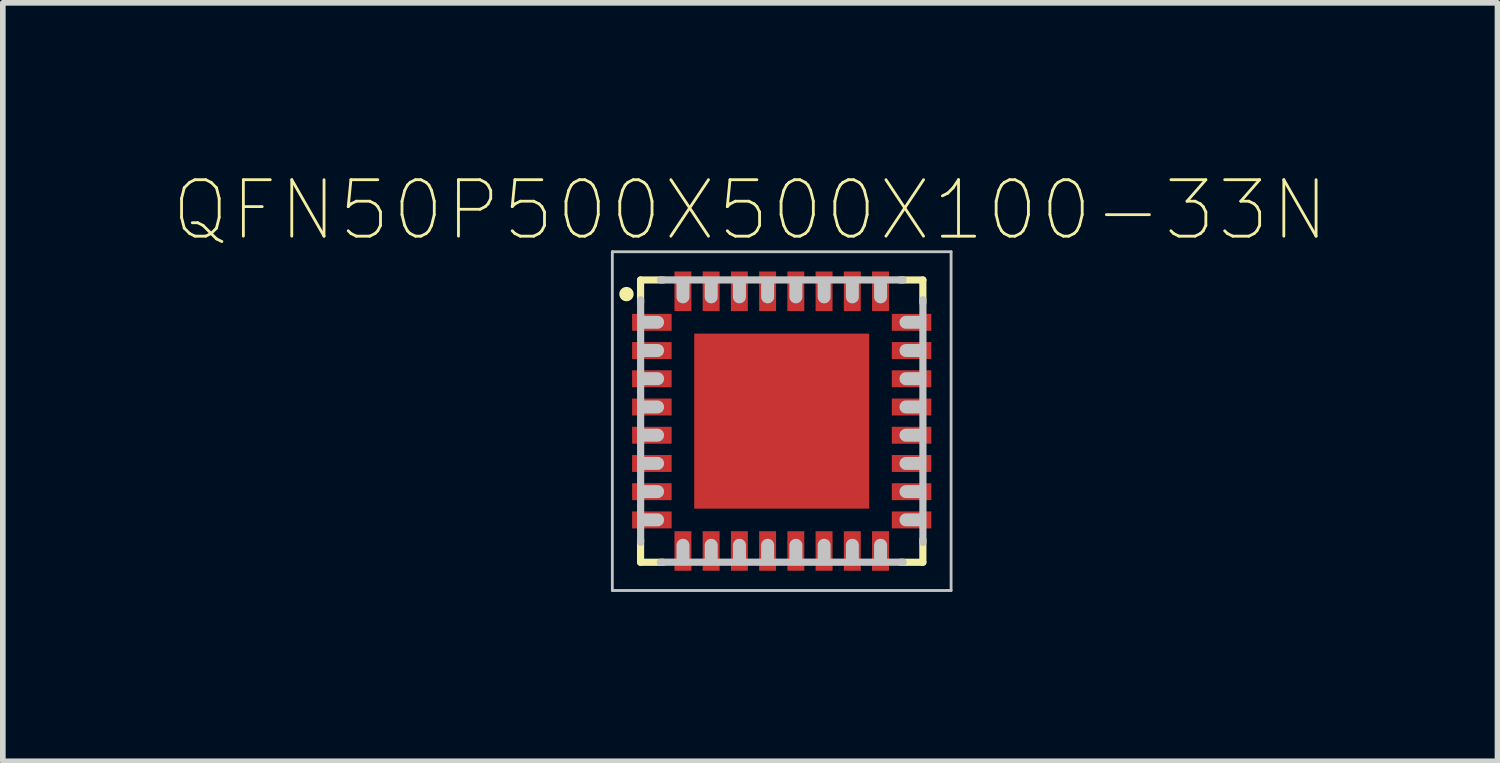
<source format=kicad_pcb>
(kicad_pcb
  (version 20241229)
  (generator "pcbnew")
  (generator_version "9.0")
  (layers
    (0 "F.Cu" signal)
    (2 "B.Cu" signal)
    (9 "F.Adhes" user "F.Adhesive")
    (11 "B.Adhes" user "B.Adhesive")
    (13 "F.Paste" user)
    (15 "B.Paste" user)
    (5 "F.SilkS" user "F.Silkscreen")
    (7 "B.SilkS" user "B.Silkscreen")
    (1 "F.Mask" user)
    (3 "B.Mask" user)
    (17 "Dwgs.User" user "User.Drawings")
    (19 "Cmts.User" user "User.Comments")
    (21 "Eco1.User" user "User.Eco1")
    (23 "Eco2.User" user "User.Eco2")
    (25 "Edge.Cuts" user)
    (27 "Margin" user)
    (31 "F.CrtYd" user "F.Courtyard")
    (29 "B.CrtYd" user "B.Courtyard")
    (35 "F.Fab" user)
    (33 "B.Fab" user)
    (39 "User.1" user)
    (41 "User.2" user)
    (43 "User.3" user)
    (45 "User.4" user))
  (footprint "QFN50P500X500X100-33N"
    (layer "F.Cu")
    (at 10.796 4.409)
    (property "Reference" "QFN50P500X500X100-33N" (at -0.559 -3.736 0) (layer "F.SilkS") (effects (font (size 1 1) (thickness 0.05))))
    (attr smd)
    (fp_line (start -2.099 -1.751) (end -2.499 -1.751) (stroke (width 0.4) (type solid)) (layer "F.Mask"))
    (fp_line (start -2.099 -1.251) (end -2.499 -1.251) (stroke (width 0.4) (type solid)) (layer "F.Mask"))
    (fp_line (start -2.099 -0.751) (end -2.499 -0.751) (stroke (width 0.4) (type solid)) (layer "F.Mask"))
    (fp_line (start -2.099 -0.251) (end -2.499 -0.251) (stroke (width 0.4) (type solid)) (layer "F.Mask"))
    (fp_line (start -2.099 0.249) (end -2.499 0.249) (stroke (width 0.4) (type solid)) (layer "F.Mask"))
    (fp_line (start -2.099 0.749) (end -2.499 0.749) (stroke (width 0.4) (type solid)) (layer "F.Mask"))
    (fp_line (start -2.099 1.249) (end -2.499 1.249) (stroke (width 0.4) (type solid)) (layer "F.Mask"))
    (fp_line (start -2.099 1.749) (end -2.499 1.749) (stroke (width 0.4) (type solid)) (layer "F.Mask"))
    (fp_line (start -1.749 -2.101) (end -1.749 -2.501) (stroke (width 0.4) (type solid)) (layer "F.Mask"))
    (fp_line (start -1.749 2.099) (end -1.749 2.499) (stroke (width 0.4) (type solid)) (layer "F.Mask"))
    (fp_line (start -1.249 -2.101) (end -1.249 -2.501) (stroke (width 0.4) (type solid)) (layer "F.Mask"))
    (fp_line (start -1.249 2.099) (end -1.249 2.499) (stroke (width 0.4) (type solid)) (layer "F.Mask"))
    (fp_line (start -0.749 -2.101) (end -0.749 -2.501) (stroke (width 0.4) (type solid)) (layer "F.Mask"))
    (fp_line (start -0.749 2.099) (end -0.749 2.499) (stroke (width 0.4) (type solid)) (layer "F.Mask"))
    (fp_line (start -0.249 -2.101) (end -0.249 -2.501) (stroke (width 0.4) (type solid)) (layer "F.Mask"))
    (fp_line (start -0.249 2.099) (end -0.249 2.499) (stroke (width 0.4) (type solid)) (layer "F.Mask"))
    (fp_line (start 0.251 -2.101) (end 0.251 -2.501) (stroke (width 0.4) (type solid)) (layer "F.Mask"))
    (fp_line (start 0.251 2.099) (end 0.251 2.499) (stroke (width 0.4) (type solid)) (layer "F.Mask"))
    (fp_line (start 0.751 -2.101) (end 0.751 -2.501) (stroke (width 0.4) (type solid)) (layer "F.Mask"))
    (fp_line (start 0.751 2.099) (end 0.751 2.499) (stroke (width 0.4) (type solid)) (layer "F.Mask"))
    (fp_line (start 1.251 -2.101) (end 1.251 -2.501) (stroke (width 0.4) (type solid)) (layer "F.Mask"))
    (fp_line (start 1.251 2.099) (end 1.251 2.499) (stroke (width 0.4) (type solid)) (layer "F.Mask"))
    (fp_line (start 1.751 -2.101) (end 1.751 -2.501) (stroke (width 0.4) (type solid)) (layer "F.Mask"))
    (fp_line (start 1.751 2.099) (end 1.751 2.499) (stroke (width 0.4) (type solid)) (layer "F.Mask"))
    (fp_line (start 2.101 -1.751) (end 2.501 -1.751) (stroke (width 0.4) (type solid)) (layer "F.Mask"))
    (fp_line (start 2.101 -1.251) (end 2.501 -1.251) (stroke (width 0.4) (type solid)) (layer "F.Mask"))
    (fp_line (start 2.101 -0.751) (end 2.501 -0.751) (stroke (width 0.4) (type solid)) (layer "F.Mask"))
    (fp_line (start 2.101 -0.251) (end 2.501 -0.251) (stroke (width 0.4) (type solid)) (layer "F.Mask"))
    (fp_line (start 2.101 0.249) (end 2.501 0.249) (stroke (width 0.4) (type solid)) (layer "F.Mask"))
    (fp_line (start 2.101 0.749) (end 2.501 0.749) (stroke (width 0.4) (type solid)) (layer "F.Mask"))
    (fp_line (start 2.101 1.249) (end 2.501 1.249) (stroke (width 0.4) (type solid)) (layer "F.Mask"))
    (fp_line (start 2.101 1.749) (end 2.501 1.749) (stroke (width 0.4) (type solid)) (layer "F.Mask"))
    (fp_line (start -2.5 -2.5) (end -2.5 -2.1) (stroke (width 0.127) (type solid)) (layer "F.SilkS"))
    (fp_line (start -2.5 2.1) (end -2.5 2.5) (stroke (width 0.127) (type solid)) (layer "F.SilkS"))
    (fp_line (start -2.5 2.5) (end -2.1 2.5) (stroke (width 0.127) (type solid)) (layer "F.SilkS"))
    (fp_line (start -2.1 -2.5) (end -2.5 -2.5) (stroke (width 0.127) (type solid)) (layer "F.SilkS"))
    (fp_line (start 2.1 -2.5) (end 2.5 -2.5) (stroke (width 0.127) (type solid)) (layer "F.SilkS"))
    (fp_line (start 2.1 2.5) (end 2.5 2.5) (stroke (width 0.127) (type solid)) (layer "F.SilkS"))
    (fp_line (start 2.5 -2.5) (end 2.5 -2.1) (stroke (width 0.127) (type solid)) (layer "F.SilkS"))
    (fp_line (start 2.5 2.5) (end 2.5 2.1) (stroke (width 0.127) (type solid)) (layer "F.SilkS"))
    (fp_circle (center -2.75 -2.25) (end -2.623 -2.25) (stroke (width 0) (type solid)) (fill yes) (layer "F.SilkS"))
    (fp_poly (pts (xy -0.98 -0.98) (xy 0.98 -0.98) (xy 0.98 0.98) (xy -0.98 0.98)) (stroke (width 0.381) (type solid)) (fill yes) (layer "F.Paste"))
    (fp_line (start -3 -3) (end 3 -3) (stroke (width 0.05) (type solid)) (layer "Dwgs.User"))
    (fp_line (start -3 3) (end -3 -3) (stroke (width 0.05) (type solid)) (layer "Dwgs.User"))
    (fp_line (start -2.499 2.149) (end -2.499 -2.151) (stroke (width 0.127) (type solid)) (layer "Dwgs.User"))
    (fp_line (start -2.199 -1.751) (end -2.424 -1.751) (stroke (width 0.23) (type solid)) (layer "Dwgs.User"))
    (fp_line (start -2.199 -1.251) (end -2.424 -1.251) (stroke (width 0.23) (type solid)) (layer "Dwgs.User"))
    (fp_line (start -2.199 -0.751) (end -2.424 -0.751) (stroke (width 0.23) (type solid)) (layer "Dwgs.User"))
    (fp_line (start -2.199 -0.251) (end -2.424 -0.251) (stroke (width 0.23) (type solid)) (layer "Dwgs.User"))
    (fp_line (start -2.199 0.249) (end -2.424 0.249) (stroke (width 0.23) (type solid)) (layer "Dwgs.User"))
    (fp_line (start -2.199 0.749) (end -2.424 0.749) (stroke (width 0.23) (type solid)) (layer "Dwgs.User"))
    (fp_line (start -2.199 1.249) (end -2.424 1.249) (stroke (width 0.23) (type solid)) (layer "Dwgs.User"))
    (fp_line (start -2.199 1.749) (end -2.424 1.749) (stroke (width 0.23) (type solid)) (layer "Dwgs.User"))
    (fp_line (start -2.149 -2.501) (end 2.151 -2.501) (stroke (width 0.127) (type solid)) (layer "Dwgs.User"))
    (fp_line (start -1.749 -2.201) (end -1.749 -2.426) (stroke (width 0.23) (type solid)) (layer "Dwgs.User"))
    (fp_line (start -1.749 2.199) (end -1.749 2.424) (stroke (width 0.23) (type solid)) (layer "Dwgs.User"))
    (fp_line (start -1.249 -2.201) (end -1.249 -2.426) (stroke (width 0.23) (type solid)) (layer "Dwgs.User"))
    (fp_line (start -1.249 2.199) (end -1.249 2.424) (stroke (width 0.23) (type solid)) (layer "Dwgs.User"))
    (fp_line (start -0.749 -2.201) (end -0.749 -2.426) (stroke (width 0.23) (type solid)) (layer "Dwgs.User"))
    (fp_line (start -0.749 2.199) (end -0.749 2.424) (stroke (width 0.23) (type solid)) (layer "Dwgs.User"))
    (fp_line (start -0.249 -2.201) (end -0.249 -2.426) (stroke (width 0.23) (type solid)) (layer "Dwgs.User"))
    (fp_line (start -0.249 2.199) (end -0.249 2.424) (stroke (width 0.23) (type solid)) (layer "Dwgs.User"))
    (fp_line (start 0.251 -2.201) (end 0.251 -2.426) (stroke (width 0.23) (type solid)) (layer "Dwgs.User"))
    (fp_line (start 0.251 2.199) (end 0.251 2.424) (stroke (width 0.23) (type solid)) (layer "Dwgs.User"))
    (fp_line (start 0.751 -2.201) (end 0.751 -2.426) (stroke (width 0.23) (type solid)) (layer "Dwgs.User"))
    (fp_line (start 0.751 2.199) (end 0.751 2.424) (stroke (width 0.23) (type solid)) (layer "Dwgs.User"))
    (fp_line (start 1.251 -2.201) (end 1.251 -2.426) (stroke (width 0.23) (type solid)) (layer "Dwgs.User"))
    (fp_line (start 1.251 2.199) (end 1.251 2.424) (stroke (width 0.23) (type solid)) (layer "Dwgs.User"))
    (fp_line (start 1.751 -2.201) (end 1.751 -2.426) (stroke (width 0.23) (type solid)) (layer "Dwgs.User"))
    (fp_line (start 1.751 2.199) (end 1.751 2.424) (stroke (width 0.23) (type solid)) (layer "Dwgs.User"))
    (fp_line (start 2.151 2.499) (end -2.149 2.499) (stroke (width 0.127) (type solid)) (layer "Dwgs.User"))
    (fp_line (start 2.201 -1.751) (end 2.426 -1.751) (stroke (width 0.23) (type solid)) (layer "Dwgs.User"))
    (fp_line (start 2.201 -1.251) (end 2.426 -1.251) (stroke (width 0.23) (type solid)) (layer "Dwgs.User"))
    (fp_line (start 2.201 -0.751) (end 2.426 -0.751) (stroke (width 0.23) (type solid)) (layer "Dwgs.User"))
    (fp_line (start 2.201 -0.251) (end 2.426 -0.251) (stroke (width 0.23) (type solid)) (layer "Dwgs.User"))
    (fp_line (start 2.201 0.249) (end 2.426 0.249) (stroke (width 0.23) (type solid)) (layer "Dwgs.User"))
    (fp_line (start 2.201 0.749) (end 2.426 0.749) (stroke (width 0.23) (type solid)) (layer "Dwgs.User"))
    (fp_line (start 2.201 1.249) (end 2.426 1.249) (stroke (width 0.23) (type solid)) (layer "Dwgs.User"))
    (fp_line (start 2.201 1.749) (end 2.426 1.749) (stroke (width 0.23) (type solid)) (layer "Dwgs.User"))
    (fp_line (start 2.501 -2.151) (end 2.501 2.149) (stroke (width 0.127) (type solid)) (layer "Dwgs.User"))
    (fp_line (start 3 -3) (end 3 3) (stroke (width 0.05) (type solid)) (layer "Dwgs.User"))
    (fp_line (start 3 3) (end -3 3) (stroke (width 0.05) (type solid)) (layer "Dwgs.User"))
    (pad "1" smd rect (at -2.3 -1.75) (size 0.7 0.3) (layers "F.Cu" "F.Mask" "F.Paste"))
    (pad "2" smd rect (at -2.3 -1.25) (size 0.7 0.3) (layers "F.Cu" "F.Mask" "F.Paste"))
    (pad "3" smd rect (at -2.3 -0.75) (size 0.7 0.3) (layers "F.Cu" "F.Mask" "F.Paste"))
    (pad "4" smd rect (at -2.3 -0.25) (size 0.7 0.3) (layers "F.Cu" "F.Mask" "F.Paste"))
    (pad "5" smd rect (at -2.3 0.25) (size 0.7 0.3) (layers "F.Cu" "F.Mask" "F.Paste"))
    (pad "6" smd rect (at -2.3 0.75) (size 0.7 0.3) (layers "F.Cu" "F.Mask" "F.Paste"))
    (pad "7" smd rect (at -2.3 1.25) (size 0.7 0.3) (layers "F.Cu" "F.Mask" "F.Paste"))
    (pad "8" smd rect (at -2.3 1.75) (size 0.7 0.3) (layers "F.Cu" "F.Mask" "F.Paste"))
    (pad "9" smd rect (at -1.75 2.3 90) (size 0.7 0.3) (layers "F.Cu" "F.Mask" "F.Paste"))
    (pad "10" smd rect (at -1.25 2.3 90) (size 0.7 0.3) (layers "F.Cu" "F.Mask" "F.Paste"))
    (pad "11" smd rect (at -0.75 2.3 90) (size 0.7 0.3) (layers "F.Cu" "F.Mask" "F.Paste"))
    (pad "12" smd rect (at -0.25 2.3 90) (size 0.7 0.3) (layers "F.Cu" "F.Mask" "F.Paste"))
    (pad "13" smd rect (at 0.25 2.3 90) (size 0.7 0.3) (layers "F.Cu" "F.Mask" "F.Paste"))
    (pad "14" smd rect (at 0.75 2.3 90) (size 0.7 0.3) (layers "F.Cu" "F.Mask" "F.Paste"))
    (pad "15" smd rect (at 1.25 2.3 90) (size 0.7 0.3) (layers "F.Cu" "F.Mask" "F.Paste"))
    (pad "16" smd rect (at 1.75 2.3 90) (size 0.7 0.3) (layers "F.Cu" "F.Mask" "F.Paste"))
    (pad "17" smd rect (at 2.3 1.75 180) (size 0.7 0.3) (layers "F.Cu" "F.Mask" "F.Paste"))
    (pad "18" smd rect (at 2.3 1.25 180) (size 0.7 0.3) (layers "F.Cu" "F.Mask" "F.Paste"))
    (pad "19" smd rect (at 2.3 0.75 180) (size 0.7 0.3) (layers "F.Cu" "F.Mask" "F.Paste"))
    (pad "20" smd rect (at 2.3 0.25 180) (size 0.7 0.3) (layers "F.Cu" "F.Mask" "F.Paste"))
    (pad "21" smd rect (at 2.3 -0.25 180) (size 0.7 0.3) (layers "F.Cu" "F.Mask" "F.Paste"))
    (pad "22" smd rect (at 2.3 -0.75 180) (size 0.7 0.3) (layers "F.Cu" "F.Mask" "F.Paste"))
    (pad "23" smd rect (at 2.3 -1.25 180) (size 0.7 0.3) (layers "F.Cu" "F.Mask" "F.Paste"))
    (pad "24" smd rect (at 2.3 -1.75 180) (size 0.7 0.3) (layers "F.Cu" "F.Mask" "F.Paste"))
    (pad "25" smd rect (at 1.75 -2.3 270) (size 0.7 0.3) (layers "F.Cu" "F.Mask" "F.Paste"))
    (pad "26" smd rect (at 1.25 -2.3 270) (size 0.7 0.3) (layers "F.Cu" "F.Mask" "F.Paste"))
    (pad "27" smd rect (at 0.75 -2.3 270) (size 0.7 0.3) (layers "F.Cu" "F.Mask" "F.Paste"))
    (pad "28" smd rect (at 0.25 -2.3 270) (size 0.7 0.3) (layers "F.Cu" "F.Mask" "F.Paste"))
    (pad "29" smd rect (at -0.25 -2.3 270) (size 0.7 0.3) (layers "F.Cu" "F.Mask" "F.Paste"))
    (pad "30" smd rect (at -0.75 -2.3 270) (size 0.7 0.3) (layers "F.Cu" "F.Mask" "F.Paste"))
    (pad "31" smd rect (at -1.25 -2.3 270) (size 0.7 0.3) (layers "F.Cu" "F.Mask" "F.Paste"))
    (pad "32" smd rect (at -1.75 -2.3 270) (size 0.7 0.3) (layers "F.Cu" "F.Mask" "F.Paste"))
    (pad "33" smd rect (at 0 0) (size 3.1 3.1) (layers "F.Cu" "F.Mask" "F.Paste")))
  (gr_rect
    (start -3 -3)
    (end 23.474 10.434)
    (stroke (width 0.1) (type default))
    (fill no)
    (layer "Edge.Cuts")))
</source>
